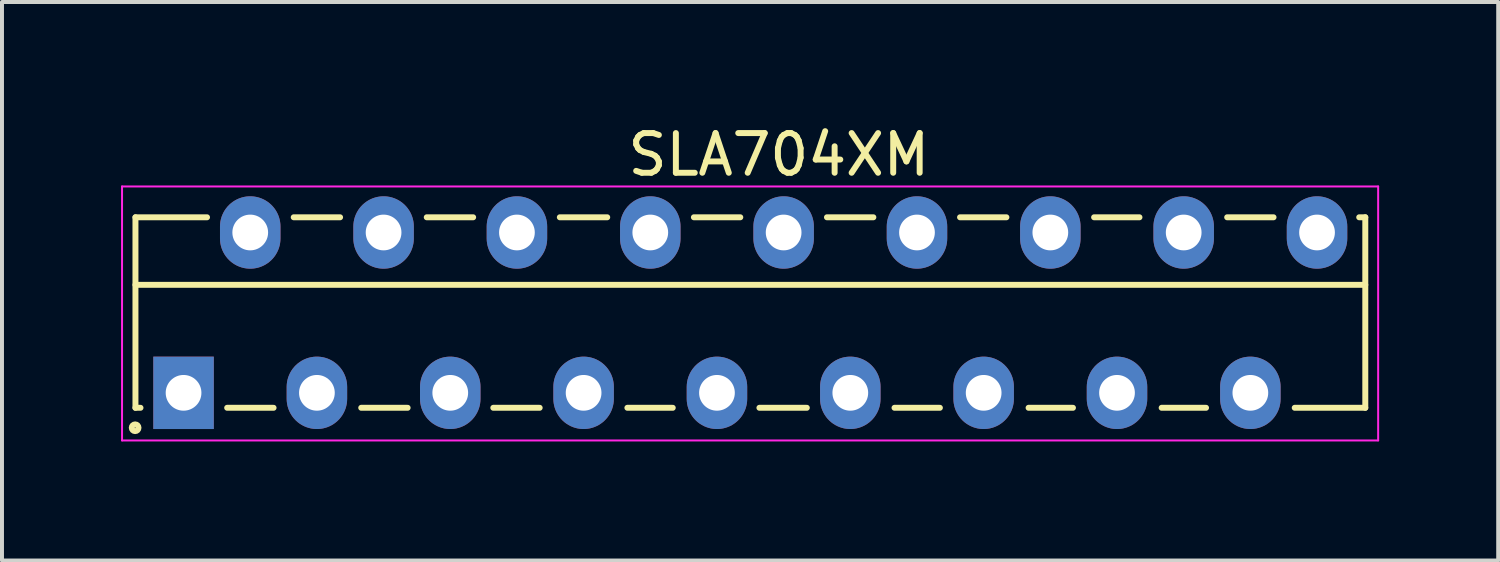
<source format=kicad_pcb>
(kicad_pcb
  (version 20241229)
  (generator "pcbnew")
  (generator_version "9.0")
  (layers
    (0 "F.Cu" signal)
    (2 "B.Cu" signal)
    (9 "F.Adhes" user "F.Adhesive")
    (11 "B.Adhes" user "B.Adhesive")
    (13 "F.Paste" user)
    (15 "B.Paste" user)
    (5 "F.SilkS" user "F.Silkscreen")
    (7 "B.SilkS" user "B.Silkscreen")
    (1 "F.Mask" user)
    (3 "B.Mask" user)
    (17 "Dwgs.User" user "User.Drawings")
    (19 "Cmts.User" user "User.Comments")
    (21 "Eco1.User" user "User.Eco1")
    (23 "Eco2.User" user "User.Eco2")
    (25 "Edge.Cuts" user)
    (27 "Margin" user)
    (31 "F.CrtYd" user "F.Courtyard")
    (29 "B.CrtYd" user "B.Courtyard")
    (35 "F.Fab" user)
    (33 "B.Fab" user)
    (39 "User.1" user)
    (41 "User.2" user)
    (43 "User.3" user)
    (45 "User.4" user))
  (footprint "SLA704XM"
    (layer "F.Cu")
    (at 1.575 6.848)
    (property "Reference" "SLA704XM" (at 15 -6 0) (layer "F.SilkS") (effects (font (size 1 1) (thickness 0.15))))
    (attr through_hole)
    (fp_line (start -1.212 -4.423) (end 0.591 -4.423) (stroke (width 0.15) (type solid)) (layer "F.SilkS"))
    (fp_line (start -1.212 -2.721) (end 29.776 -2.721) (stroke (width 0.15) (type solid)) (layer "F.SilkS"))
    (fp_line (start -1.212 0.377) (end -1.212 -4.423) (stroke (width 0.15) (type solid)) (layer "F.SilkS"))
    (fp_line (start -1.212 0.377) (end -1.085 0.377) (stroke (width 0.15) (type solid)) (layer "F.SilkS"))
    (fp_line (start 1.099 0.377) (end 2.268 0.377) (stroke (width 0.15) (type solid)) (layer "F.SilkS"))
    (fp_line (start 2.776 -4.423) (end 3.944 -4.423) (stroke (width 0.15) (type solid)) (layer "F.SilkS"))
    (fp_line (start 4.477 0.377) (end 5.646 0.377) (stroke (width 0.15) (type solid)) (layer "F.SilkS"))
    (fp_line (start 6.128 -4.423) (end 7.297 -4.423) (stroke (width 0.15) (type solid)) (layer "F.SilkS"))
    (fp_line (start 7.805 0.377) (end 8.973 0.377) (stroke (width 0.15) (type solid)) (layer "F.SilkS"))
    (fp_line (start 9.481 -4.423) (end 10.675 -4.423) (stroke (width 0.15) (type solid)) (layer "F.SilkS"))
    (fp_line (start 11.183 0.377) (end 12.326 0.377) (stroke (width 0.15) (type solid)) (layer "F.SilkS"))
    (fp_line (start 12.859 -4.423) (end 14.028 -4.423) (stroke (width 0.15) (type solid)) (layer "F.SilkS"))
    (fp_line (start 14.51 0.377) (end 15.704 0.377) (stroke (width 0.15) (type solid)) (layer "F.SilkS"))
    (fp_line (start 16.212 -4.423) (end 17.381 -4.423) (stroke (width 0.15) (type solid)) (layer "F.SilkS"))
    (fp_line (start 17.914 0.377) (end 19.057 0.377) (stroke (width 0.15) (type solid)) (layer "F.SilkS"))
    (fp_line (start 19.565 -4.423) (end 20.733 -4.423) (stroke (width 0.15) (type solid)) (layer "F.SilkS"))
    (fp_line (start 21.292 0.377) (end 22.41 0.377) (stroke (width 0.15) (type solid)) (layer "F.SilkS"))
    (fp_line (start 22.943 -4.423) (end 24.086 -4.423) (stroke (width 0.15) (type solid)) (layer "F.SilkS"))
    (fp_line (start 24.645 0.377) (end 25.763 0.377) (stroke (width 0.15) (type solid)) (layer "F.SilkS"))
    (fp_line (start 26.296 -4.423) (end 27.464 -4.423) (stroke (width 0.15) (type solid)) (layer "F.SilkS"))
    (fp_line (start 29.623 -4.423) (end 29.776 -4.423) (stroke (width 0.15) (type solid)) (layer "F.SilkS"))
    (fp_line (start 29.776 -4.423) (end 29.776 0.377) (stroke (width 0.15) (type solid)) (layer "F.SilkS"))
    (fp_line (start 29.776 0.377) (end 27.998 0.377) (stroke (width 0.15) (type solid)) (layer "F.SilkS"))
    (fp_circle (center -1.22 0.88) (end -1.22 0.87) (stroke (width 0.15) (type solid)) (fill no) (layer "F.SilkS"))
    (fp_line (start -1.55 -5.2) (end 30.1 -5.2) (stroke (width 0.05) (type solid)) (layer "F.CrtYd"))
    (fp_line (start -1.55 1.2) (end -1.55 -5.2) (stroke (width 0.05) (type solid)) (layer "F.CrtYd"))
    (fp_line (start 30.1 -5.2) (end 30.1 1.2) (stroke (width 0.05) (type solid)) (layer "F.CrtYd"))
    (fp_line (start 30.1 1.2) (end -1.55 1.2) (stroke (width 0.05) (type solid)) (layer "F.CrtYd"))
    (pad "1" thru_hole rect (at 0 0) (size 1.524 1.824) (drill 0.9) (layers "*.Cu" "*.Mask"))
    (pad "2" thru_hole oval (at 1.68 -4.04) (size 1.524 1.824) (drill 0.9) (layers "*.Cu" "*.Mask"))
    (pad "3" thru_hole oval (at 3.36 0) (size 1.524 1.824) (drill 0.9) (layers "*.Cu" "*.Mask"))
    (pad "4" thru_hole oval (at 5.04 -4.04) (size 1.524 1.824) (drill 0.9) (layers "*.Cu" "*.Mask"))
    (pad "5" thru_hole oval (at 6.72 0) (size 1.524 1.824) (drill 0.9) (layers "*.Cu" "*.Mask"))
    (pad "6" thru_hole oval (at 8.4 -4.04) (size 1.524 1.824) (drill 0.9) (layers "*.Cu" "*.Mask"))
    (pad "7" thru_hole oval (at 10.08 0) (size 1.524 1.824) (drill 0.9) (layers "*.Cu" "*.Mask"))
    (pad "8" thru_hole oval (at 11.76 -4.04) (size 1.524 1.824) (drill 0.9) (layers "*.Cu" "*.Mask"))
    (pad "9" thru_hole oval (at 13.44 0) (size 1.524 1.824) (drill 0.9) (layers "*.Cu" "*.Mask"))
    (pad "10" thru_hole oval (at 15.12 -4.04) (size 1.524 1.824) (drill 0.9) (layers "*.Cu" "*.Mask"))
    (pad "11" thru_hole oval (at 16.8 0) (size 1.524 1.824) (drill 0.9) (layers "*.Cu" "*.Mask"))
    (pad "12" thru_hole oval (at 18.48 -4.04) (size 1.524 1.824) (drill 0.9) (layers "*.Cu" "*.Mask"))
    (pad "13" thru_hole oval (at 20.16 0) (size 1.524 1.824) (drill 0.9) (layers "*.Cu" "*.Mask"))
    (pad "14" thru_hole oval (at 21.84 -4.04) (size 1.524 1.824) (drill 0.9) (layers "*.Cu" "*.Mask"))
    (pad "15" thru_hole oval (at 23.52 0) (size 1.524 1.824) (drill 0.9) (layers "*.Cu" "*.Mask"))
    (pad "16" thru_hole oval (at 25.2 -4.04) (size 1.524 1.824) (drill 0.9) (layers "*.Cu" "*.Mask"))
    (pad "17" thru_hole oval (at 26.88 0) (size 1.524 1.824) (drill 0.9) (layers "*.Cu" "*.Mask"))
    (pad "18" thru_hole oval (at 28.56 -4.04) (size 1.524 1.824) (drill 0.9) (layers "*.Cu" "*.Mask")))
  (gr_rect
    (start -3 -3)
    (end 34.7 11.073)
    (stroke (width 0.1) (type default))
    (fill no)
    (layer "Edge.Cuts")))
</source>
